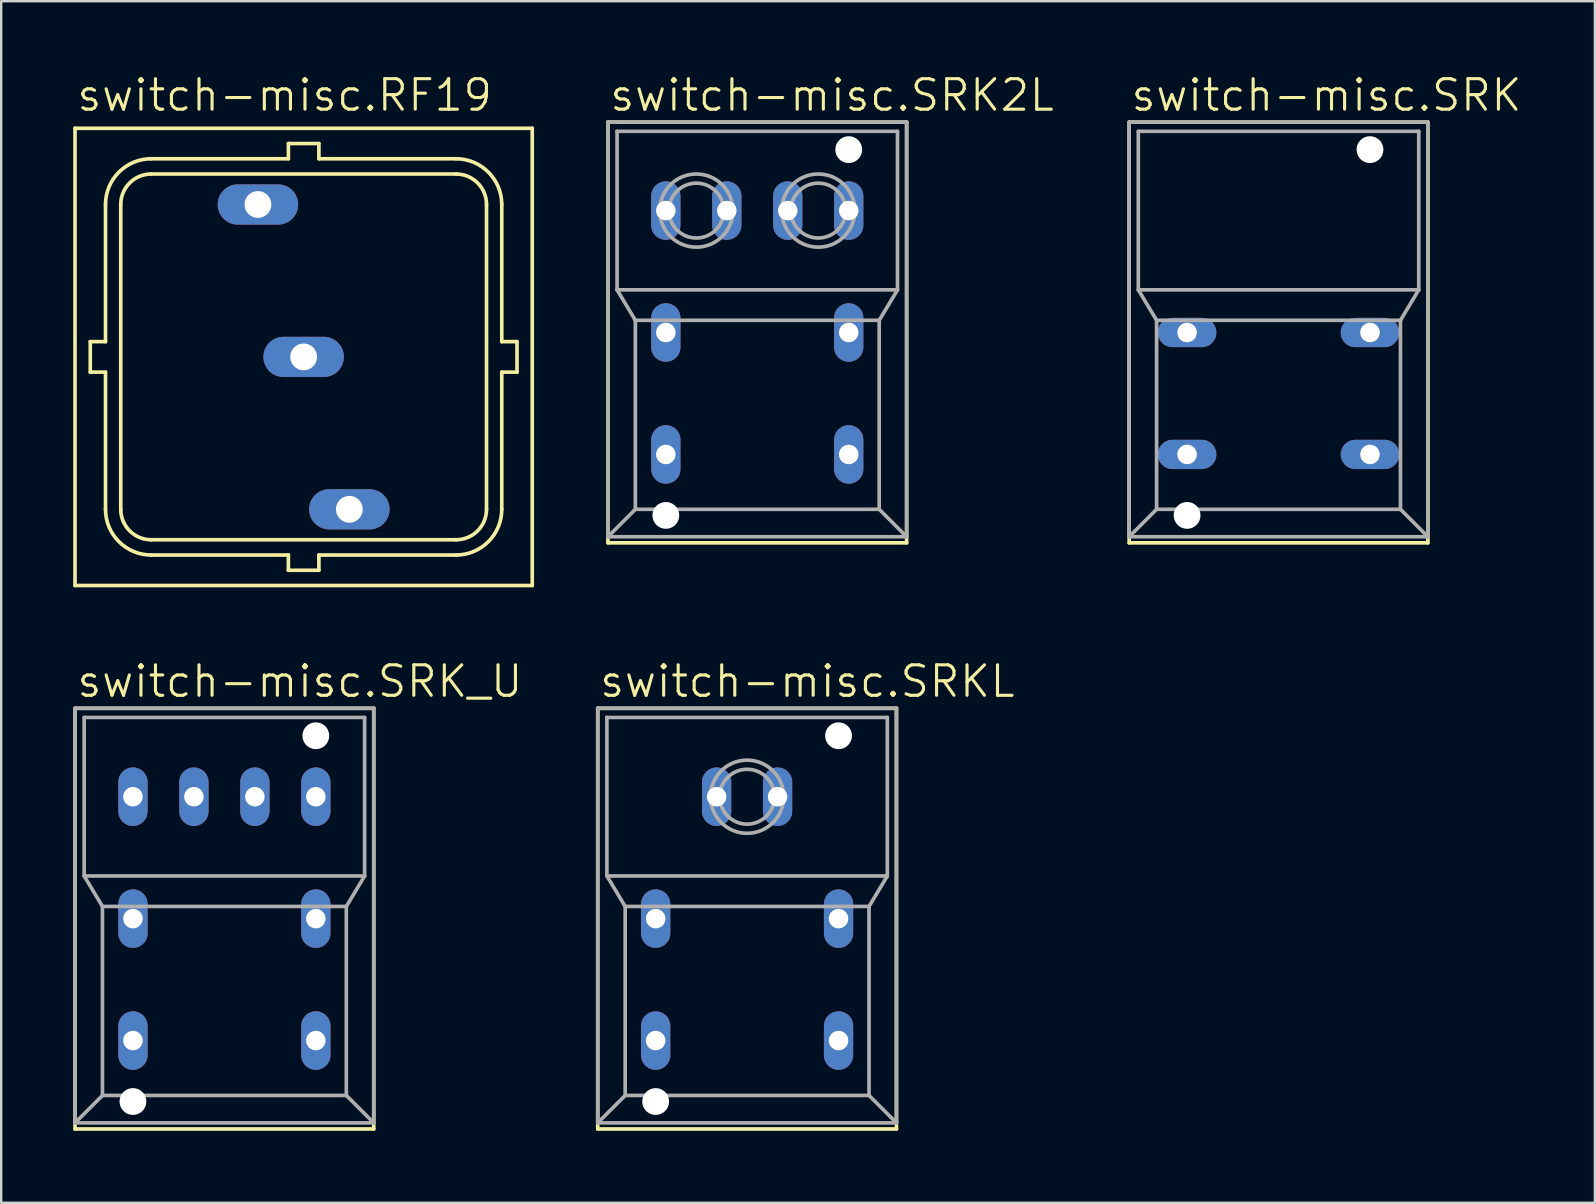
<source format=kicad_pcb>
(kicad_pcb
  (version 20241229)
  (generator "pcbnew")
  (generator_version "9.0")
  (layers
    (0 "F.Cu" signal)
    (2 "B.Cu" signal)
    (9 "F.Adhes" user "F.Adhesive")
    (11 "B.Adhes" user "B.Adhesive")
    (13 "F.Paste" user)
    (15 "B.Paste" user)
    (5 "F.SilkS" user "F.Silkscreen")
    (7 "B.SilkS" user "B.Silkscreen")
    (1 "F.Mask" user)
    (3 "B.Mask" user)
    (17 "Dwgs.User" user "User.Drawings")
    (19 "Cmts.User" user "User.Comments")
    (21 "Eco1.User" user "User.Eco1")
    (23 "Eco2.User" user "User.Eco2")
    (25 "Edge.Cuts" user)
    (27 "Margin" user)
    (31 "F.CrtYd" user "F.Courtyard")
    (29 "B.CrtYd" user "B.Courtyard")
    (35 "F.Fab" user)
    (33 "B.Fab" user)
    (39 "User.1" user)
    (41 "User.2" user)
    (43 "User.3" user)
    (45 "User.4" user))
  (footprint "switch-misc.SRK_U"
    (layer "F.Cu")
    (at 6.299 35.225)
    (property "Reference" "switch-misc.SRK_U" (at -6.223 -9.144 0) (layer "F.SilkS") (effects (font (size 1.27 1.27) (thickness 0.13)) (justify left bottom)))
    (attr through_hole)
    (fp_line (start -6.223 8.763) (end -6.223 -8.763) (stroke (width 0.152) (type default)) (layer "F.SilkS"))
    (fp_line (start -6.223 8.763) (end 6.223 8.763) (stroke (width 0.152) (type default)) (layer "F.SilkS"))
    (fp_line (start 6.223 -8.763) (end -6.223 -8.763) (stroke (width 0.152) (type default)) (layer "F.SilkS"))
    (fp_line (start 6.223 -8.763) (end 6.223 8.763) (stroke (width 0.152) (type default)) (layer "F.SilkS"))
    (fp_line (start -6.223 -8.763) (end -6.223 8.509) (stroke (width 0.152) (type default)) (layer "F.Fab"))
    (fp_line (start -5.842 -1.778) (end -5.842 -8.382) (stroke (width 0.152) (type default)) (layer "F.Fab"))
    (fp_line (start -5.842 -1.778) (end -5.08 -0.508) (stroke (width 0.152) (type default)) (layer "F.Fab"))
    (fp_line (start -5.842 -1.778) (end 5.842 -1.778) (stroke (width 0.152) (type default)) (layer "F.Fab"))
    (fp_line (start -5.08 7.366) (end -6.223 8.509) (stroke (width 0.152) (type default)) (layer "F.Fab"))
    (fp_line (start -5.08 7.366) (end -5.08 -0.508) (stroke (width 0.152) (type default)) (layer "F.Fab"))
    (fp_line (start -5.08 7.366) (end 5.08 7.366) (stroke (width 0.152) (type default)) (layer "F.Fab"))
    (fp_line (start 5.08 -0.508) (end -5.08 -0.508) (stroke (width 0.152) (type default)) (layer "F.Fab"))
    (fp_line (start 5.08 -0.508) (end 5.08 7.366) (stroke (width 0.152) (type default)) (layer "F.Fab"))
    (fp_line (start 5.08 7.366) (end 6.223 8.509) (stroke (width 0.152) (type default)) (layer "F.Fab"))
    (fp_line (start 5.842 -8.382) (end -5.842 -8.382) (stroke (width 0.152) (type default)) (layer "F.Fab"))
    (fp_line (start 5.842 -8.382) (end 5.842 -1.778) (stroke (width 0.152) (type default)) (layer "F.Fab"))
    (fp_line (start 5.842 -1.778) (end 5.08 -0.508) (stroke (width 0.152) (type default)) (layer "F.Fab"))
    (fp_line (start 6.223 -8.763) (end -6.223 -8.763) (stroke (width 0.152) (type default)) (layer "F.Fab"))
    (fp_line (start 6.223 -8.763) (end 6.223 8.509) (stroke (width 0.152) (type default)) (layer "F.Fab"))
    (fp_line (start 6.223 8.509) (end -6.223 8.509) (stroke (width 0.152) (type default)) (layer "F.Fab"))
    (pad "" np_thru_hole circle (at -3.81 7.62) (size 1.118 1.118) (drill 1.118) (layers "*.Cu" "*.Mask"))
    (pad "" np_thru_hole circle (at 3.81 -7.62) (size 1.118 1.118) (drill 1.118) (layers "*.Cu" "*.Mask"))
    (pad "+1" thru_hole oval (at -3.81 -5.08 90) (size 2.438 1.219) (drill 0.813) (layers "*.Cu" "*.Mask"))
    (pad "+2" thru_hole oval (at 3.81 -5.08 90) (size 2.438 1.219) (drill 0.813) (layers "*.Cu" "*.Mask"))
    (pad "-1" thru_hole oval (at -1.27 -5.08 90) (size 2.438 1.219) (drill 0.813) (layers "*.Cu" "*.Mask"))
    (pad "-2" thru_hole oval (at 1.27 -5.08 90) (size 2.438 1.219) (drill 0.813) (layers "*.Cu" "*.Mask"))
    (pad "1" thru_hole oval (at -3.81 5.08 90) (size 2.438 1.219) (drill 0.813) (layers "*.Cu" "*.Mask"))
    (pad "2" thru_hole oval (at -3.81 0 90) (size 2.438 1.219) (drill 0.813) (layers "*.Cu" "*.Mask"))
    (pad "3" thru_hole oval (at 3.81 0 90) (size 2.438 1.219) (drill 0.813) (layers "*.Cu" "*.Mask"))
    (pad "4" thru_hole oval (at 3.81 5.08 90) (size 2.438 1.219) (drill 0.813) (layers "*.Cu" "*.Mask")))
  (footprint "switch-misc.RF19"
    (layer "F.Cu")
    (at 9.601 11.82)
    (property "Reference" "switch-misc.RF19" (at -9.525 -10.16 0) (layer "F.SilkS") (effects (font (size 1.27 1.27) (thickness 0.13)) (justify left bottom)))
    (attr through_hole)
    (fp_line (start -9.525 -9.525) (end -9.525 9.525) (stroke (width 0.152) (type default)) (layer "F.SilkS"))
    (fp_line (start -9.525 9.525) (end 9.525 9.525) (stroke (width 0.152) (type default)) (layer "F.SilkS"))
    (fp_line (start -8.89 -0.635) (end -8.89 0.635) (stroke (width 0.152) (type default)) (layer "F.SilkS"))
    (fp_line (start -8.89 0.635) (end -8.255 0.635) (stroke (width 0.152) (type default)) (layer "F.SilkS"))
    (fp_line (start -8.255 -6.35) (end -8.255 -0.635) (stroke (width 0.152) (type default)) (layer "F.SilkS"))
    (fp_line (start -8.255 -0.635) (end -8.89 -0.635) (stroke (width 0.152) (type default)) (layer "F.SilkS"))
    (fp_line (start -8.255 0.635) (end -8.255 6.35) (stroke (width 0.152) (type default)) (layer "F.SilkS"))
    (fp_line (start -7.62 -6.35) (end -7.62 6.35) (stroke (width 0.152) (type default)) (layer "F.SilkS"))
    (fp_line (start -6.35 7.62) (end 6.35 7.62) (stroke (width 0.152) (type default)) (layer "F.SilkS"))
    (fp_line (start -0.635 -8.89) (end -0.635 -8.255) (stroke (width 0.152) (type default)) (layer "F.SilkS"))
    (fp_line (start -0.635 -8.89) (end 0.635 -8.89) (stroke (width 0.152) (type default)) (layer "F.SilkS"))
    (fp_line (start -0.635 -8.255) (end -6.35 -8.255) (stroke (width 0.152) (type default)) (layer "F.SilkS"))
    (fp_line (start -0.635 8.255) (end -6.35 8.255) (stroke (width 0.152) (type default)) (layer "F.SilkS"))
    (fp_line (start -0.635 8.255) (end -0.635 8.89) (stroke (width 0.152) (type default)) (layer "F.SilkS"))
    (fp_line (start -0.635 8.89) (end 0.635 8.89) (stroke (width 0.152) (type default)) (layer "F.SilkS"))
    (fp_line (start 0.635 -8.255) (end 0.635 -8.89) (stroke (width 0.152) (type default)) (layer "F.SilkS"))
    (fp_line (start 0.635 8.255) (end 6.35 8.255) (stroke (width 0.152) (type default)) (layer "F.SilkS"))
    (fp_line (start 0.635 8.89) (end 0.635 8.255) (stroke (width 0.152) (type default)) (layer "F.SilkS"))
    (fp_line (start 6.35 -8.255) (end 0.635 -8.255) (stroke (width 0.152) (type default)) (layer "F.SilkS"))
    (fp_line (start 6.35 -7.62) (end -6.35 -7.62) (stroke (width 0.152) (type default)) (layer "F.SilkS"))
    (fp_line (start 7.62 6.35) (end 7.62 -6.35) (stroke (width 0.152) (type default)) (layer "F.SilkS"))
    (fp_line (start 8.255 -0.635) (end 8.255 -6.35) (stroke (width 0.152) (type default)) (layer "F.SilkS"))
    (fp_line (start 8.255 0.635) (end 8.89 0.635) (stroke (width 0.152) (type default)) (layer "F.SilkS"))
    (fp_line (start 8.255 6.35) (end 8.255 0.635) (stroke (width 0.152) (type default)) (layer "F.SilkS"))
    (fp_line (start 8.89 -0.635) (end 8.255 -0.635) (stroke (width 0.152) (type default)) (layer "F.SilkS"))
    (fp_line (start 8.89 0.635) (end 8.89 -0.635) (stroke (width 0.152) (type default)) (layer "F.SilkS"))
    (fp_line (start 9.525 -9.525) (end -9.525 -9.525) (stroke (width 0.152) (type default)) (layer "F.SilkS"))
    (fp_line (start 9.525 9.525) (end 9.525 -9.525) (stroke (width 0.152) (type default)) (layer "F.SilkS"))
    (fp_arc (start -8.255 -6.35) (mid -7.697038 -7.697038) (end -6.35 -8.255) (stroke (width 0.1524) (type default)) (layer "F.SilkS"))
    (fp_arc (start -7.62 -6.35) (mid -7.248026 -7.248026) (end -6.35 -7.62) (stroke (width 0.1524) (type default)) (layer "F.SilkS"))
    (fp_arc (start -6.35 7.62) (mid -7.248026 7.248026) (end -7.62 6.35) (stroke (width 0.1524) (type default)) (layer "F.SilkS"))
    (fp_arc (start -6.35 8.255) (mid -7.697038 7.697038) (end -8.255 6.35) (stroke (width 0.1524) (type default)) (layer "F.SilkS"))
    (fp_arc (start 6.35 -8.255) (mid 7.697038 -7.697038) (end 8.255 -6.35) (stroke (width 0.1524) (type default)) (layer "F.SilkS"))
    (fp_arc (start 6.35 -7.62) (mid 7.248026 -7.248026) (end 7.62 -6.35) (stroke (width 0.1524) (type default)) (layer "F.SilkS"))
    (fp_arc (start 7.62 6.35) (mid 7.248026 7.248026) (end 6.35 7.62) (stroke (width 0.1524) (type default)) (layer "F.SilkS"))
    (fp_arc (start 8.255 6.35) (mid 7.697038 7.697038) (end 6.35 8.255) (stroke (width 0.1524) (type default)) (layer "F.SilkS"))
    (pad "1" thru_hole oval (at 0 0) (size 3.353 1.676) (drill 1.118) (layers "*.Cu" "*.Mask"))
    (pad "2" thru_hole oval (at -1.905 -6.35) (size 3.353 1.676) (drill 1.118) (layers "*.Cu" "*.Mask"))
    (pad "3" thru_hole oval (at 1.905 6.35) (size 3.353 1.676) (drill 1.118) (layers "*.Cu" "*.Mask")))
  (footprint "switch-misc.SRK2L"
    (layer "F.Cu")
    (at 28.502 10.804)
    (property "Reference" "switch-misc.SRK2L" (at -6.223 -9.144 0) (layer "F.SilkS") (effects (font (size 1.27 1.27) (thickness 0.13)) (justify left bottom)))
    (attr through_hole)
    (fp_line (start -6.223 8.763) (end -6.223 -8.763) (stroke (width 0.152) (type default)) (layer "F.SilkS"))
    (fp_line (start -6.223 8.763) (end 6.223 8.763) (stroke (width 0.152) (type default)) (layer "F.SilkS"))
    (fp_line (start 6.223 -8.763) (end -6.223 -8.763) (stroke (width 0.152) (type default)) (layer "F.SilkS"))
    (fp_line (start 6.223 -8.763) (end 6.223 8.763) (stroke (width 0.152) (type default)) (layer "F.SilkS"))
    (fp_line (start -6.223 -8.763) (end -6.223 8.509) (stroke (width 0.152) (type default)) (layer "F.Fab"))
    (fp_line (start -5.842 -1.778) (end -5.842 -8.382) (stroke (width 0.152) (type default)) (layer "F.Fab"))
    (fp_line (start -5.842 -1.778) (end -5.08 -0.508) (stroke (width 0.152) (type default)) (layer "F.Fab"))
    (fp_line (start -5.842 -1.778) (end 5.842 -1.778) (stroke (width 0.152) (type default)) (layer "F.Fab"))
    (fp_line (start -5.08 7.366) (end -6.223 8.509) (stroke (width 0.152) (type default)) (layer "F.Fab"))
    (fp_line (start -5.08 7.366) (end -5.08 -0.508) (stroke (width 0.152) (type default)) (layer "F.Fab"))
    (fp_line (start -5.08 7.366) (end 5.08 7.366) (stroke (width 0.152) (type default)) (layer "F.Fab"))
    (fp_line (start 5.08 -0.508) (end -5.08 -0.508) (stroke (width 0.152) (type default)) (layer "F.Fab"))
    (fp_line (start 5.08 -0.508) (end 5.08 7.366) (stroke (width 0.152) (type default)) (layer "F.Fab"))
    (fp_line (start 5.08 7.366) (end 6.223 8.509) (stroke (width 0.152) (type default)) (layer "F.Fab"))
    (fp_line (start 5.842 -8.382) (end -5.842 -8.382) (stroke (width 0.152) (type default)) (layer "F.Fab"))
    (fp_line (start 5.842 -8.382) (end 5.842 -1.778) (stroke (width 0.152) (type default)) (layer "F.Fab"))
    (fp_line (start 5.842 -1.778) (end 5.08 -0.508) (stroke (width 0.152) (type default)) (layer "F.Fab"))
    (fp_line (start 6.223 -8.763) (end -6.223 -8.763) (stroke (width 0.152) (type default)) (layer "F.Fab"))
    (fp_line (start 6.223 -8.763) (end 6.223 8.509) (stroke (width 0.152) (type default)) (layer "F.Fab"))
    (fp_line (start 6.223 8.509) (end -6.223 8.509) (stroke (width 0.152) (type default)) (layer "F.Fab"))
    (fp_circle (center -2.54 -5.08) (end -1.397 -5.08) (stroke (width 0.152) (type default)) (fill no) (layer "F.Fab"))
    (fp_circle (center -2.54 -5.08) (end -1.016 -5.08) (stroke (width 0.152) (type default)) (fill no) (layer "F.Fab"))
    (fp_circle (center 2.54 -5.08) (end 3.683 -5.08) (stroke (width 0.152) (type default)) (fill no) (layer "F.Fab"))
    (fp_circle (center 2.54 -5.08) (end 4.064 -5.08) (stroke (width 0.152) (type default)) (fill no) (layer "F.Fab"))
    (pad "" np_thru_hole circle (at -3.81 7.62) (size 1.118 1.118) (drill 1.118) (layers "*.Cu" "*.Mask"))
    (pad "" np_thru_hole circle (at 3.81 -7.62) (size 1.118 1.118) (drill 1.118) (layers "*.Cu" "*.Mask"))
    (pad "+1" thru_hole oval (at -3.81 -5.08 90) (size 2.438 1.219) (drill 0.813) (layers "*.Cu" "*.Mask"))
    (pad "+2" thru_hole oval (at 3.81 -5.08 90) (size 2.438 1.219) (drill 0.813) (layers "*.Cu" "*.Mask"))
    (pad "-1" thru_hole oval (at -1.27 -5.08 90) (size 2.438 1.219) (drill 0.813) (layers "*.Cu" "*.Mask"))
    (pad "-2" thru_hole oval (at 1.27 -5.08 90) (size 2.438 1.219) (drill 0.813) (layers "*.Cu" "*.Mask"))
    (pad "1" thru_hole oval (at -3.81 5.08 90) (size 2.438 1.219) (drill 0.813) (layers "*.Cu" "*.Mask"))
    (pad "2" thru_hole oval (at -3.81 0 90) (size 2.438 1.219) (drill 0.813) (layers "*.Cu" "*.Mask"))
    (pad "3" thru_hole oval (at 3.81 0 90) (size 2.438 1.219) (drill 0.813) (layers "*.Cu" "*.Mask"))
    (pad "4" thru_hole oval (at 3.81 5.08 90) (size 2.438 1.219) (drill 0.813) (layers "*.Cu" "*.Mask")))
  (footprint "switch-misc.SRKL"
    (layer "F.Cu")
    (at 28.078 35.225)
    (property "Reference" "switch-misc.SRKL" (at -6.223 -9.144 0) (layer "F.SilkS") (effects (font (size 1.27 1.27) (thickness 0.13)) (justify left bottom)))
    (attr through_hole)
    (fp_line (start -6.223 8.763) (end -6.223 -8.763) (stroke (width 0.152) (type default)) (layer "F.SilkS"))
    (fp_line (start -6.223 8.763) (end 6.223 8.763) (stroke (width 0.152) (type default)) (layer "F.SilkS"))
    (fp_line (start 6.223 -8.763) (end -6.223 -8.763) (stroke (width 0.152) (type default)) (layer "F.SilkS"))
    (fp_line (start 6.223 -8.763) (end 6.223 8.763) (stroke (width 0.152) (type default)) (layer "F.SilkS"))
    (fp_line (start -6.223 -8.763) (end -6.223 8.509) (stroke (width 0.152) (type default)) (layer "F.Fab"))
    (fp_line (start -5.842 -1.778) (end -5.842 -8.382) (stroke (width 0.152) (type default)) (layer "F.Fab"))
    (fp_line (start -5.842 -1.778) (end -5.08 -0.508) (stroke (width 0.152) (type default)) (layer "F.Fab"))
    (fp_line (start -5.842 -1.778) (end 5.842 -1.778) (stroke (width 0.152) (type default)) (layer "F.Fab"))
    (fp_line (start -5.08 7.366) (end -6.223 8.509) (stroke (width 0.152) (type default)) (layer "F.Fab"))
    (fp_line (start -5.08 7.366) (end -5.08 -0.508) (stroke (width 0.152) (type default)) (layer "F.Fab"))
    (fp_line (start -5.08 7.366) (end 5.08 7.366) (stroke (width 0.152) (type default)) (layer "F.Fab"))
    (fp_line (start 5.08 -0.508) (end -5.08 -0.508) (stroke (width 0.152) (type default)) (layer "F.Fab"))
    (fp_line (start 5.08 -0.508) (end 5.08 7.366) (stroke (width 0.152) (type default)) (layer "F.Fab"))
    (fp_line (start 5.08 7.366) (end 6.223 8.509) (stroke (width 0.152) (type default)) (layer "F.Fab"))
    (fp_line (start 5.842 -8.382) (end -5.842 -8.382) (stroke (width 0.152) (type default)) (layer "F.Fab"))
    (fp_line (start 5.842 -8.382) (end 5.842 -1.778) (stroke (width 0.152) (type default)) (layer "F.Fab"))
    (fp_line (start 5.842 -1.778) (end 5.08 -0.508) (stroke (width 0.152) (type default)) (layer "F.Fab"))
    (fp_line (start 6.223 -8.763) (end -6.223 -8.763) (stroke (width 0.152) (type default)) (layer "F.Fab"))
    (fp_line (start 6.223 -8.763) (end 6.223 8.509) (stroke (width 0.152) (type default)) (layer "F.Fab"))
    (fp_line (start 6.223 8.509) (end -6.223 8.509) (stroke (width 0.152) (type default)) (layer "F.Fab"))
    (fp_circle (center 0 -5.08) (end 1.143 -5.08) (stroke (width 0.152) (type default)) (fill no) (layer "F.Fab"))
    (fp_circle (center 0 -5.08) (end 1.524 -5.08) (stroke (width 0.152) (type default)) (fill no) (layer "F.Fab"))
    (pad "" np_thru_hole circle (at -3.81 7.62) (size 1.118 1.118) (drill 1.118) (layers "*.Cu" "*.Mask"))
    (pad "" np_thru_hole circle (at 3.81 -7.62) (size 1.118 1.118) (drill 1.118) (layers "*.Cu" "*.Mask"))
    (pad "+" thru_hole oval (at -1.27 -5.08 90) (size 2.438 1.219) (drill 0.813) (layers "*.Cu" "*.Mask"))
    (pad "-" thru_hole oval (at 1.27 -5.08 90) (size 2.438 1.219) (drill 0.813) (layers "*.Cu" "*.Mask"))
    (pad "1" thru_hole oval (at -3.81 5.08 90) (size 2.438 1.219) (drill 0.813) (layers "*.Cu" "*.Mask"))
    (pad "2" thru_hole oval (at -3.81 0 90) (size 2.438 1.219) (drill 0.813) (layers "*.Cu" "*.Mask"))
    (pad "3" thru_hole oval (at 3.81 0 90) (size 2.438 1.219) (drill 0.813) (layers "*.Cu" "*.Mask"))
    (pad "4" thru_hole oval (at 3.81 5.08 90) (size 2.438 1.219) (drill 0.813) (layers "*.Cu" "*.Mask")))
  (footprint "switch-misc.SRK"
    (layer "F.Cu")
    (at 50.22 10.804)
    (property "Reference" "switch-misc.SRK" (at -6.223 -9.144 0) (layer "F.SilkS") (effects (font (size 1.27 1.27) (thickness 0.13)) (justify left bottom)))
    (attr through_hole)
    (fp_line (start -6.223 8.763) (end -6.223 -8.763) (stroke (width 0.152) (type default)) (layer "F.SilkS"))
    (fp_line (start -6.223 8.763) (end 6.223 8.763) (stroke (width 0.152) (type default)) (layer "F.SilkS"))
    (fp_line (start 6.223 -8.763) (end -6.223 -8.763) (stroke (width 0.152) (type default)) (layer "F.SilkS"))
    (fp_line (start 6.223 -8.763) (end 6.223 8.763) (stroke (width 0.152) (type default)) (layer "F.SilkS"))
    (fp_line (start -6.223 -8.763) (end -6.223 8.509) (stroke (width 0.152) (type default)) (layer "F.Fab"))
    (fp_line (start -5.842 -1.778) (end -5.842 -8.382) (stroke (width 0.152) (type default)) (layer "F.Fab"))
    (fp_line (start -5.842 -1.778) (end -5.08 -0.508) (stroke (width 0.152) (type default)) (layer "F.Fab"))
    (fp_line (start -5.842 -1.778) (end 5.842 -1.778) (stroke (width 0.152) (type default)) (layer "F.Fab"))
    (fp_line (start -5.08 7.366) (end -6.223 8.509) (stroke (width 0.152) (type default)) (layer "F.Fab"))
    (fp_line (start -5.08 7.366) (end -5.08 -0.508) (stroke (width 0.152) (type default)) (layer "F.Fab"))
    (fp_line (start -5.08 7.366) (end 5.08 7.366) (stroke (width 0.152) (type default)) (layer "F.Fab"))
    (fp_line (start 5.08 -0.508) (end -5.08 -0.508) (stroke (width 0.152) (type default)) (layer "F.Fab"))
    (fp_line (start 5.08 -0.508) (end 5.08 7.366) (stroke (width 0.152) (type default)) (layer "F.Fab"))
    (fp_line (start 5.08 7.366) (end 6.223 8.509) (stroke (width 0.152) (type default)) (layer "F.Fab"))
    (fp_line (start 5.842 -8.382) (end -5.842 -8.382) (stroke (width 0.152) (type default)) (layer "F.Fab"))
    (fp_line (start 5.842 -8.382) (end 5.842 -1.778) (stroke (width 0.152) (type default)) (layer "F.Fab"))
    (fp_line (start 5.842 -1.778) (end 5.08 -0.508) (stroke (width 0.152) (type default)) (layer "F.Fab"))
    (fp_line (start 6.223 -8.763) (end -6.223 -8.763) (stroke (width 0.152) (type default)) (layer "F.Fab"))
    (fp_line (start 6.223 -8.763) (end 6.223 8.509) (stroke (width 0.152) (type default)) (layer "F.Fab"))
    (fp_line (start 6.223 8.509) (end -6.223 8.509) (stroke (width 0.152) (type default)) (layer "F.Fab"))
    (pad "" np_thru_hole circle (at -3.81 7.62) (size 1.118 1.118) (drill 1.118) (layers "*.Cu" "*.Mask"))
    (pad "" np_thru_hole circle (at 3.81 -7.62) (size 1.118 1.118) (drill 1.118) (layers "*.Cu" "*.Mask"))
    (pad "1" thru_hole oval (at -3.81 5.08) (size 2.438 1.219) (drill 0.813) (layers "*.Cu" "*.Mask"))
    (pad "2" thru_hole oval (at -3.81 0) (size 2.438 1.219) (drill 0.813) (layers "*.Cu" "*.Mask"))
    (pad "3" thru_hole oval (at 3.81 0) (size 2.438 1.219) (drill 0.813) (layers "*.Cu" "*.Mask"))
    (pad "4" thru_hole oval (at 3.81 5.08) (size 2.438 1.219) (drill 0.813) (layers "*.Cu" "*.Mask")))
  (gr_rect
    (start -3 -3)
    (end 63.401 47.064)
    (stroke (width 0.1) (type default))
    (fill no)
    (layer "Edge.Cuts")))
</source>
